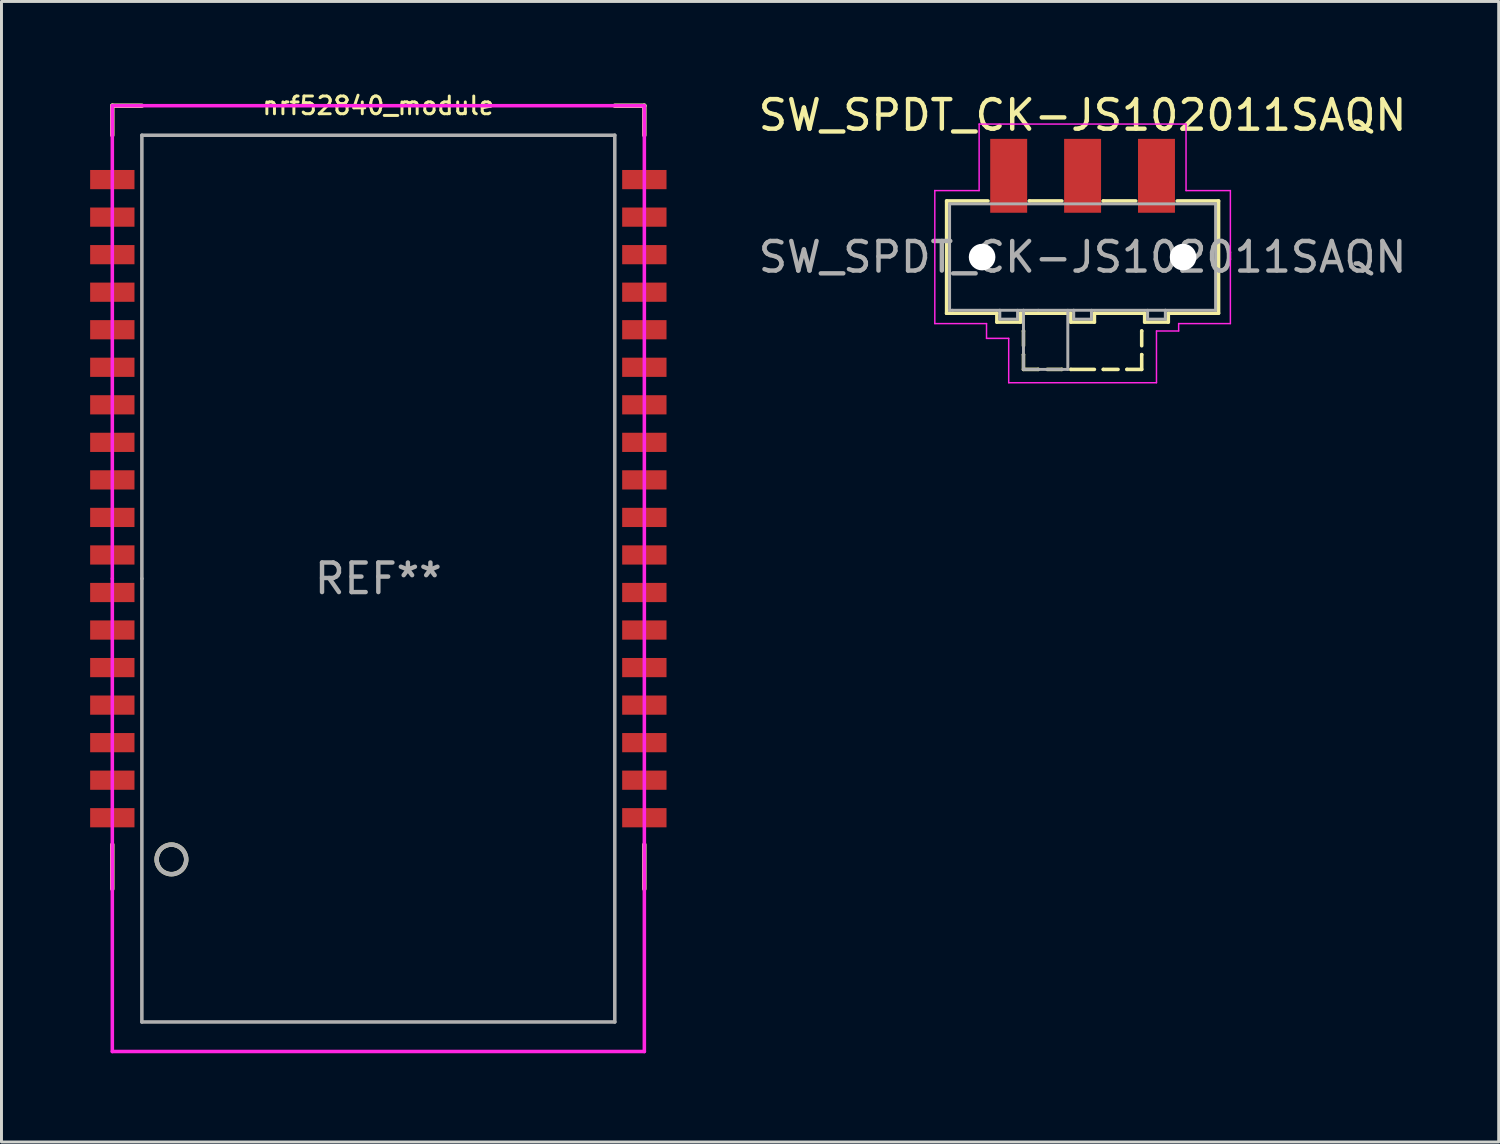
<source format=kicad_pcb>
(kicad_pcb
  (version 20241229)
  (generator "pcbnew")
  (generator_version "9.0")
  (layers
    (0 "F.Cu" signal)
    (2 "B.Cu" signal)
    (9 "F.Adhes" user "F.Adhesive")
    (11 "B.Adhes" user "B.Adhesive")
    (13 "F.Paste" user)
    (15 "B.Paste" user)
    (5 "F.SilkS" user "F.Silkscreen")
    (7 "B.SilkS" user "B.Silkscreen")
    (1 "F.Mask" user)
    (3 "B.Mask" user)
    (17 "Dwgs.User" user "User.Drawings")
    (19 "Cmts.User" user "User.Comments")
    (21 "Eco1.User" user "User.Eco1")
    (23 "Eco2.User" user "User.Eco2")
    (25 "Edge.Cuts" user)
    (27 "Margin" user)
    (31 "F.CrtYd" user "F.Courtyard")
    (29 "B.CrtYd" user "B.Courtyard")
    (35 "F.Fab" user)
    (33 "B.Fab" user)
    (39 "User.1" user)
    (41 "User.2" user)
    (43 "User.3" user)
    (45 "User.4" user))
  (footprint "nrf52840_module"
    (layer "F.Cu")
    (at 9.75 16.526)
    (property "Reference" "nrf52840_module" (at 0 -16 0) (layer "F.SilkS") (effects (font (size 0.6 0.6) (thickness 0.1))))
    (attr through_hole)
    (fp_line (start -9 -16) (end -8 -16) (stroke (width 0.15) (type solid)) (layer "F.SilkS"))
    (fp_line (start -9 -15) (end -9 -16) (stroke (width 0.15) (type solid)) (layer "F.SilkS"))
    (fp_line (start -9 9) (end -9 10.5) (stroke (width 0.15) (type solid)) (layer "F.SilkS"))
    (fp_line (start 8 -16) (end 9 -16) (stroke (width 0.15) (type solid)) (layer "F.SilkS"))
    (fp_line (start 9 -16) (end 9 -15) (stroke (width 0.15) (type solid)) (layer "F.SilkS"))
    (fp_line (start 9 9) (end 9 10.5) (stroke (width 0.15) (type solid)) (layer "F.SilkS"))
    (fp_circle (center -7 9.5) (end -6.5 9.5) (stroke (width 0.15) (type solid)) (fill no) (layer "F.SilkS"))
    (fp_line (start -9 0) (end -9 -16) (stroke (width 0.12) (type solid)) (layer "F.CrtYd"))
    (fp_line (start -9 0) (end -9 16) (stroke (width 0.12) (type solid)) (layer "F.CrtYd"))
    (fp_line (start -9 16) (end 9 16) (stroke (width 0.12) (type solid)) (layer "F.CrtYd"))
    (fp_line (start 9 -16) (end -9 -16) (stroke (width 0.12) (type solid)) (layer "F.CrtYd"))
    (fp_line (start 9 16) (end 9 -16) (stroke (width 0.12) (type solid)) (layer "F.CrtYd"))
    (fp_line (start -8 0) (end -8 -15) (stroke (width 0.12) (type solid)) (layer "F.Fab"))
    (fp_line (start -8 0) (end -8 15) (stroke (width 0.12) (type solid)) (layer "F.Fab"))
    (fp_line (start -8 15) (end 8 15) (stroke (width 0.12) (type solid)) (layer "F.Fab"))
    (fp_line (start 8 -15) (end -8 -15) (stroke (width 0.12) (type solid)) (layer "F.Fab"))
    (fp_line (start 8 15) (end 8 -15) (stroke (width 0.12) (type solid)) (layer "F.Fab"))
    (fp_circle (center -7 9.5) (end -6.5 9.5) (stroke (width 0.15) (type solid)) (fill no) (layer "F.Fab"))
    (fp_text user "REF**" (at 0 0 0) (layer "F.Fab") (effects (font (size 1 1) (thickness 0.15))))
    (pad "1" smd rect (at -9 8.09) (size 1.5 0.65) (layers "F.Cu" "F.Mask" "F.Paste"))
    (pad "2" smd rect (at -9 6.82) (size 1.5 0.65) (layers "F.Cu" "F.Mask" "F.Paste"))
    (pad "3" smd rect (at -9 5.55) (size 1.5 0.65) (layers "F.Cu" "F.Mask" "F.Paste"))
    (pad "4" smd rect (at -9 4.28) (size 1.5 0.65) (layers "F.Cu" "F.Mask" "F.Paste"))
    (pad "5" smd rect (at -9 3.01) (size 1.5 0.65) (layers "F.Cu" "F.Mask" "F.Paste"))
    (pad "6" smd rect (at -9 1.74) (size 1.5 0.65) (layers "F.Cu" "F.Mask" "F.Paste"))
    (pad "7" smd rect (at -9 0.47) (size 1.5 0.65) (layers "F.Cu" "F.Mask" "F.Paste"))
    (pad "8" smd rect (at -9 -0.8) (size 1.5 0.65) (layers "F.Cu" "F.Mask" "F.Paste"))
    (pad "9" smd rect (at -9 -2.07) (size 1.5 0.65) (layers "F.Cu" "F.Mask" "F.Paste"))
    (pad "10" smd rect (at -9 -3.34) (size 1.5 0.65) (layers "F.Cu" "F.Mask" "F.Paste"))
    (pad "11" smd rect (at -9 -4.61) (size 1.5 0.65) (layers "F.Cu" "F.Mask" "F.Paste"))
    (pad "12" smd rect (at -9 -5.88) (size 1.5 0.65) (layers "F.Cu" "F.Mask" "F.Paste"))
    (pad "13" smd rect (at -9 -7.15) (size 1.5 0.65) (layers "F.Cu" "F.Mask" "F.Paste"))
    (pad "14" smd rect (at -9 -8.42) (size 1.5 0.65) (layers "F.Cu" "F.Mask" "F.Paste"))
    (pad "15" smd rect (at -9 -9.69) (size 1.5 0.65) (layers "F.Cu" "F.Mask" "F.Paste"))
    (pad "16" smd rect (at -9 -10.96) (size 1.5 0.65) (layers "F.Cu" "F.Mask" "F.Paste"))
    (pad "17" smd rect (at -9 -12.23) (size 1.5 0.65) (layers "F.Cu" "F.Mask" "F.Paste"))
    (pad "18" smd rect (at -9 -13.5) (size 1.5 0.65) (layers "F.Cu" "F.Mask" "F.Paste"))
    (pad "19" smd rect (at 9 -13.5) (size 1.5 0.65) (layers "F.Cu" "F.Mask" "F.Paste"))
    (pad "20" smd rect (at 9 -12.23) (size 1.5 0.65) (layers "F.Cu" "F.Mask" "F.Paste"))
    (pad "21" smd rect (at 9 -10.96) (size 1.5 0.65) (layers "F.Cu" "F.Mask" "F.Paste"))
    (pad "22" smd rect (at 9 -9.69) (size 1.5 0.65) (layers "F.Cu" "F.Mask" "F.Paste"))
    (pad "23" smd rect (at 9 -8.42) (size 1.5 0.65) (layers "F.Cu" "F.Mask" "F.Paste"))
    (pad "24" smd rect (at 9 -7.15) (size 1.5 0.65) (layers "F.Cu" "F.Mask" "F.Paste"))
    (pad "25" smd rect (at 9 -5.88) (size 1.5 0.65) (layers "F.Cu" "F.Mask" "F.Paste"))
    (pad "26" smd rect (at 9 -4.61) (size 1.5 0.65) (layers "F.Cu" "F.Mask" "F.Paste"))
    (pad "27" smd rect (at 9 -3.34) (size 1.5 0.65) (layers "F.Cu" "F.Mask" "F.Paste"))
    (pad "28" smd rect (at 9 -2.07) (size 1.5 0.65) (layers "F.Cu" "F.Mask" "F.Paste"))
    (pad "29" smd rect (at 9 -0.8) (size 1.5 0.65) (layers "F.Cu" "F.Mask" "F.Paste"))
    (pad "30" smd rect (at 9 0.47) (size 1.5 0.65) (layers "F.Cu" "F.Mask" "F.Paste"))
    (pad "31" smd rect (at 9 1.74) (size 1.5 0.65) (layers "F.Cu" "F.Mask" "F.Paste"))
    (pad "32" smd rect (at 9 3.01) (size 1.5 0.65) (layers "F.Cu" "F.Mask" "F.Paste"))
    (pad "33" smd rect (at 9 4.28) (size 1.5 0.65) (layers "F.Cu" "F.Mask" "F.Paste"))
    (pad "34" smd rect (at 9 5.55) (size 1.5 0.65) (layers "F.Cu" "F.Mask" "F.Paste"))
    (pad "35" smd rect (at 9 6.82) (size 1.5 0.65) (layers "F.Cu" "F.Mask" "F.Paste"))
    (pad "36" smd rect (at 9 8.09) (size 1.5 0.65) (layers "F.Cu" "F.Mask" "F.Paste")))
  (footprint "SW_SPDT_CK-JS102011SAQN"
    (layer "F.Cu")
    (at 33.577 5.648)
    (property "Reference" "SW_SPDT_CK-JS102011SAQN" (at 0 -4.8 0) (layer "F.SilkS") (effects (font (size 1 1) (thickness 0.15))))
    (attr smd)
    (fp_line (start -4.6 -1.9) (end -3.2 -1.9) (stroke (width 0.12) (type solid)) (layer "F.SilkS"))
    (fp_line (start -4.6 1.9) (end -4.6 -1.9) (stroke (width 0.12) (type solid)) (layer "F.SilkS"))
    (fp_line (start -4.6 1.9) (end -4.6 1.9) (stroke (width 0.12) (type solid)) (layer "F.SilkS"))
    (fp_line (start -2.9 1.9) (end -4.6 1.9) (stroke (width 0.12) (type solid)) (layer "F.SilkS"))
    (fp_line (start -2.9 2.2) (end -2.9 1.9) (stroke (width 0.12) (type solid)) (layer "F.SilkS"))
    (fp_line (start -2.1 1.9) (end -2.1 2.2) (stroke (width 0.12) (type solid)) (layer "F.SilkS"))
    (fp_line (start -2.1 2.2) (end -2.9 2.2) (stroke (width 0.12) (type solid)) (layer "F.SilkS"))
    (fp_line (start -2 2.5) (end -2 2.5) (stroke (width 0.12) (type solid)) (layer "F.SilkS"))
    (fp_line (start -2 3) (end -2 2.5) (stroke (width 0.12) (type solid)) (layer "F.SilkS"))
    (fp_line (start -2 3.3) (end -2 3.3) (stroke (width 0.12) (type solid)) (layer "F.SilkS"))
    (fp_line (start -2 3.8) (end -2 3.3) (stroke (width 0.12) (type solid)) (layer "F.SilkS"))
    (fp_line (start -2 3.8) (end -1.5 3.8) (stroke (width 0.12) (type solid)) (layer "F.SilkS"))
    (fp_line (start -1.8 -1.9) (end -1.8 -1.9) (stroke (width 0.12) (type solid)) (layer "F.SilkS"))
    (fp_line (start -1.5 3.8) (end -1.5 3.8) (stroke (width 0.12) (type solid)) (layer "F.SilkS"))
    (fp_line (start -1.2 3.8) (end -0.7 3.8) (stroke (width 0.12) (type solid)) (layer "F.SilkS"))
    (fp_line (start -0.7 -1.9) (end -1.8 -1.9) (stroke (width 0.12) (type solid)) (layer "F.SilkS"))
    (fp_line (start -0.7 3.8) (end -0.7 3.8) (stroke (width 0.12) (type solid)) (layer "F.SilkS"))
    (fp_line (start -0.4 1.9) (end -2.1 1.9) (stroke (width 0.12) (type solid)) (layer "F.SilkS"))
    (fp_line (start -0.4 2.2) (end -0.4 1.9) (stroke (width 0.12) (type solid)) (layer "F.SilkS"))
    (fp_line (start -0.4 3.8) (end -0.4 3.8) (stroke (width 0.12) (type solid)) (layer "F.SilkS"))
    (fp_line (start 0.4 1.9) (end 0.4 2.2) (stroke (width 0.12) (type solid)) (layer "F.SilkS"))
    (fp_line (start 0.4 2.2) (end -0.4 2.2) (stroke (width 0.12) (type solid)) (layer "F.SilkS"))
    (fp_line (start 0.4 3.8) (end -0.4 3.8) (stroke (width 0.12) (type solid)) (layer "F.SilkS"))
    (fp_line (start 0.7 -1.9) (end 0.7 -1.9) (stroke (width 0.12) (type solid)) (layer "F.SilkS"))
    (fp_line (start 0.7 3.8) (end 0.7 3.8) (stroke (width 0.12) (type solid)) (layer "F.SilkS"))
    (fp_line (start 1.2 3.8) (end 0.7 3.8) (stroke (width 0.12) (type solid)) (layer "F.SilkS"))
    (fp_line (start 1.5 3.8) (end 1.5 3.8) (stroke (width 0.12) (type solid)) (layer "F.SilkS"))
    (fp_line (start 1.8 -1.9) (end 0.7 -1.9) (stroke (width 0.12) (type solid)) (layer "F.SilkS"))
    (fp_line (start 2 2.5) (end 2 2.5) (stroke (width 0.12) (type solid)) (layer "F.SilkS"))
    (fp_line (start 2 3) (end 2 2.5) (stroke (width 0.12) (type solid)) (layer "F.SilkS"))
    (fp_line (start 2 3.3) (end 2 3.3) (stroke (width 0.12) (type solid)) (layer "F.SilkS"))
    (fp_line (start 2 3.8) (end 1.5 3.8) (stroke (width 0.12) (type solid)) (layer "F.SilkS"))
    (fp_line (start 2 3.8) (end 2 3.3) (stroke (width 0.12) (type solid)) (layer "F.SilkS"))
    (fp_line (start 2.1 1.9) (end 0.4 1.9) (stroke (width 0.12) (type solid)) (layer "F.SilkS"))
    (fp_line (start 2.1 2.2) (end 2.1 1.9) (stroke (width 0.12) (type solid)) (layer "F.SilkS"))
    (fp_line (start 2.9 1.9) (end 2.9 2.2) (stroke (width 0.12) (type solid)) (layer "F.SilkS"))
    (fp_line (start 2.9 2.2) (end 2.1 2.2) (stroke (width 0.12) (type solid)) (layer "F.SilkS"))
    (fp_line (start 3.2 -1.9) (end 4.6 -1.9) (stroke (width 0.12) (type solid)) (layer "F.SilkS"))
    (fp_line (start 4.6 -1.9) (end 4.6 1.9) (stroke (width 0.12) (type solid)) (layer "F.SilkS"))
    (fp_line (start 4.6 1.9) (end 2.9 1.9) (stroke (width 0.12) (type solid)) (layer "F.SilkS"))
    (fp_line (start -5 -2.25) (end -5 -2.25) (stroke (width 0.05) (type solid)) (layer "F.CrtYd"))
    (fp_line (start -5 -2.25) (end -5 2.25) (stroke (width 0.05) (type solid)) (layer "F.CrtYd"))
    (fp_line (start -5 2.25) (end -3.25 2.25) (stroke (width 0.05) (type solid)) (layer "F.CrtYd"))
    (fp_line (start -3.5 -4.5) (end -3.5 -2.25) (stroke (width 0.05) (type solid)) (layer "F.CrtYd"))
    (fp_line (start -3.5 -2.25) (end -5 -2.25) (stroke (width 0.05) (type solid)) (layer "F.CrtYd"))
    (fp_line (start -3.25 2.25) (end -3.25 2.75) (stroke (width 0.05) (type solid)) (layer "F.CrtYd"))
    (fp_line (start -3.25 2.75) (end -2.5 2.75) (stroke (width 0.05) (type solid)) (layer "F.CrtYd"))
    (fp_line (start -2.5 2.75) (end -2.5 4.25) (stroke (width 0.05) (type solid)) (layer "F.CrtYd"))
    (fp_line (start -2.5 4.25) (end 2.5 4.25) (stroke (width 0.05) (type solid)) (layer "F.CrtYd"))
    (fp_line (start 2.5 2.5) (end 3.25 2.5) (stroke (width 0.05) (type solid)) (layer "F.CrtYd"))
    (fp_line (start 2.5 4.25) (end 2.5 2.5) (stroke (width 0.05) (type solid)) (layer "F.CrtYd"))
    (fp_line (start 3.25 2.25) (end 5 2.25) (stroke (width 0.05) (type solid)) (layer "F.CrtYd"))
    (fp_line (start 3.25 2.5) (end 3.25 2.25) (stroke (width 0.05) (type solid)) (layer "F.CrtYd"))
    (fp_line (start 3.5 -4.5) (end -3.5 -4.5) (stroke (width 0.05) (type solid)) (layer "F.CrtYd"))
    (fp_line (start 3.5 -2.25) (end 3.5 -4.5) (stroke (width 0.05) (type solid)) (layer "F.CrtYd"))
    (fp_line (start 5 -2.25) (end 3.5 -2.25) (stroke (width 0.05) (type solid)) (layer "F.CrtYd"))
    (fp_line (start 5 2.25) (end 5 -2.25) (stroke (width 0.05) (type solid)) (layer "F.CrtYd"))
    (fp_line (start -4.5 -1.8) (end -4.5 1.8) (stroke (width 0.1) (type solid)) (layer "F.Fab"))
    (fp_line (start -4.5 -1.8) (end 4.5 -1.8) (stroke (width 0.1) (type solid)) (layer "F.Fab"))
    (fp_line (start -4.5 1.8) (end -4.5 1.8) (stroke (width 0.1) (type solid)) (layer "F.Fab"))
    (fp_line (start -4.5 1.8) (end -4.5 1.8) (stroke (width 0.1) (type solid)) (layer "F.Fab"))
    (fp_line (start -4.4 1.8) (end -4.5 1.8) (stroke (width 0.1) (type solid)) (layer "F.Fab"))
    (fp_line (start -2.8 1.8) (end -2.8 1.8) (stroke (width 0.1) (type solid)) (layer "F.Fab"))
    (fp_line (start -2.8 2.1) (end -2.8 1.8) (stroke (width 0.1) (type solid)) (layer "F.Fab"))
    (fp_line (start -2.2 1.8) (end -2.2 2.1) (stroke (width 0.1) (type solid)) (layer "F.Fab"))
    (fp_line (start -2.2 2.1) (end -2.8 2.1) (stroke (width 0.1) (type solid)) (layer "F.Fab"))
    (fp_line (start -2 1.8) (end -2 1.8) (stroke (width 0.1) (type solid)) (layer "F.Fab"))
    (fp_line (start -2 3.8) (end -2 1.8) (stroke (width 0.1) (type solid)) (layer "F.Fab"))
    (fp_line (start -1.5 1.8) (end -1.5 1.8) (stroke (width 0.1) (type solid)) (layer "F.Fab"))
    (fp_line (start -0.5 1.8) (end -0.5 3.8) (stroke (width 0.1) (type solid)) (layer "F.Fab"))
    (fp_line (start -0.5 3.8) (end -2 3.8) (stroke (width 0.1) (type solid)) (layer "F.Fab"))
    (fp_line (start -0.3 1.8) (end -0.3 1.8) (stroke (width 0.1) (type solid)) (layer "F.Fab"))
    (fp_line (start -0.3 2.1) (end -0.3 1.8) (stroke (width 0.1) (type solid)) (layer "F.Fab"))
    (fp_line (start 0.3 1.8) (end 0.3 2.1) (stroke (width 0.1) (type solid)) (layer "F.Fab"))
    (fp_line (start 0.3 2.1) (end -0.3 2.1) (stroke (width 0.1) (type solid)) (layer "F.Fab"))
    (fp_line (start 2.2 1.8) (end 2.2 2.1) (stroke (width 0.1) (type solid)) (layer "F.Fab"))
    (fp_line (start 2.2 2.1) (end 2.8 2.1) (stroke (width 0.1) (type solid)) (layer "F.Fab"))
    (fp_line (start 2.8 1.8) (end 2.8 1.8) (stroke (width 0.1) (type solid)) (layer "F.Fab"))
    (fp_line (start 2.8 2.1) (end 2.8 1.8) (stroke (width 0.1) (type solid)) (layer "F.Fab"))
    (fp_line (start 4.5 -1.8) (end 4.5 1.8) (stroke (width 0.1) (type solid)) (layer "F.Fab"))
    (fp_line (start 4.5 1.8) (end -4.4 1.8) (stroke (width 0.1) (type solid)) (layer "F.Fab"))
    (fp_text user "${REFERENCE}" (at 0 0 0) (layer "F.Fab") (effects (font (size 1 1) (thickness 0.15))))
    (pad "" np_thru_hole circle (at -3.4 0) (size 0.9 0.9) (drill 0.9) (layers "*.Cu" "*.Mask"))
    (pad "" np_thru_hole circle (at 3.4 0) (size 0.9 0.9) (drill 0.9) (layers "*.Cu" "*.Mask"))
    (pad "1" smd rect (at -2.5 -2.75) (size 1.25 2.5) (layers "F.Cu" "F.Mask" "F.Paste"))
    (pad "2" smd rect (at 0 -2.75) (size 1.25 2.5) (layers "F.Cu" "F.Mask" "F.Paste"))
    (pad "3" smd rect (at 2.5 -2.75) (size 1.25 2.5) (layers "F.Cu" "F.Mask" "F.Paste")))
  (gr_rect
    (start -3 -3)
    (end 47.655 35.587)
    (stroke (width 0.1) (type default))
    (fill no)
    (layer "Edge.Cuts")))
</source>
